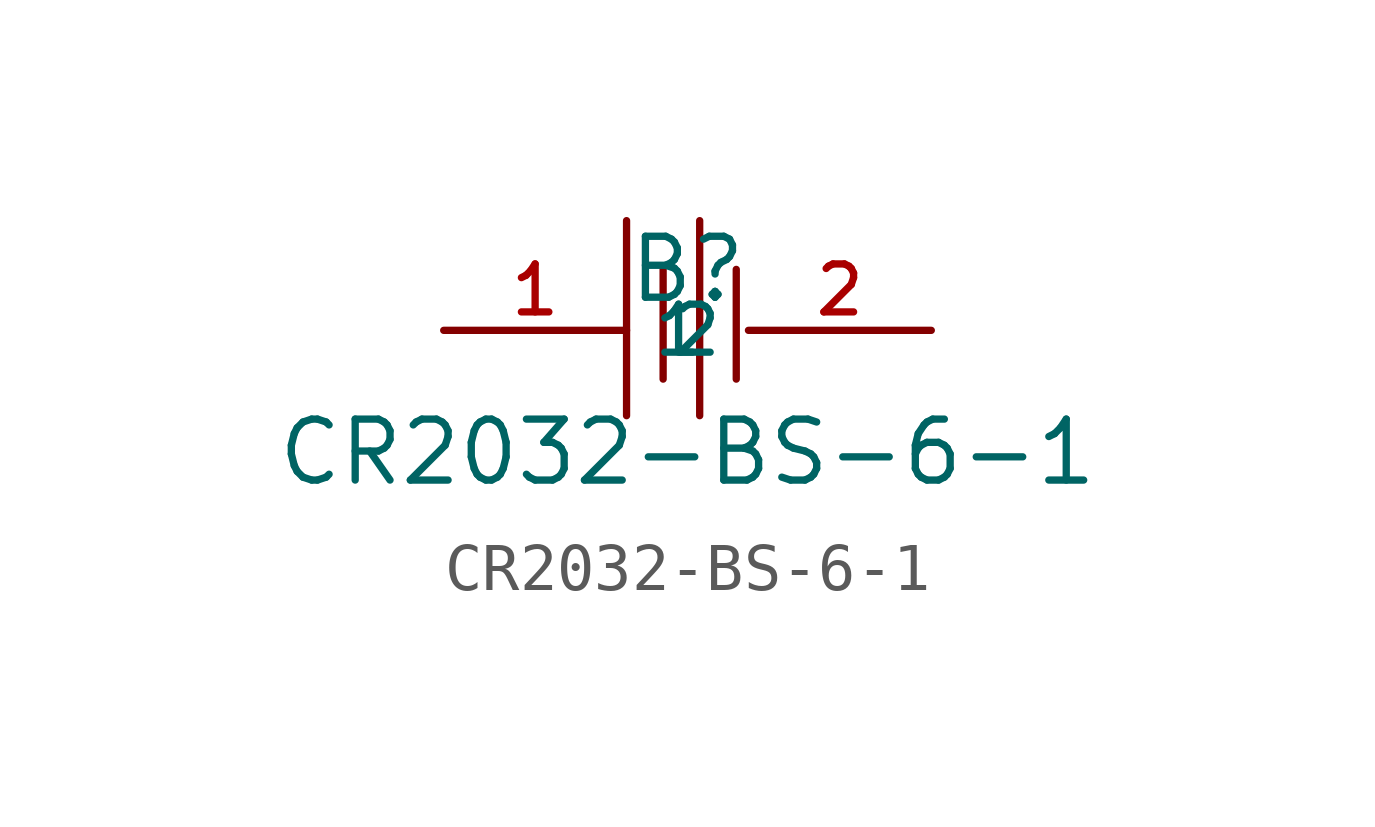
<source format=kicad_sym>
(kicad_symbol_lib
  (version 20210201)
  (generator TousstNicolas/JLC2KiCad_lib)
  (symbol "CR2032-BS-6-1"
    (property "Reference" "B"
      (at 0 1.27 0)
      (effects (font (size 1.27 1.27))))
    (property "Value" "CR2032-BS-6-1"
      (at 0 -2.54 0)
      (effects (font (size 1.27 1.27))))
    (symbol "CR2032-BS-6-1_0_1"
      (polyline (pts (xy -1.27 2.286) (xy -1.27 -1.778)) (stroke (width 0) (type default) (color 0 0 0 0)) (fill (type none)))
      (polyline (pts (xy -0.508 1.27) (xy -0.508 -1.016)) (stroke (width 0) (type default) (color 0 0 0 0)) (fill (type none)))
      (polyline (pts (xy 0.254 2.286) (xy 0.254 -1.778)) (stroke (width 0) (type default) (color 0 0 0 0)) (fill (type none)))
      (polyline (pts (xy 1.016 1.27) (xy 1.016 -1.016)) (stroke (width 0) (type default) (color 0 0 0 0)) (fill (type none)))
      (pin input line (at -5.08 -0.0 0) (length 3.81) (name "1" (effects (font (size 1 1)))) (number "1" (effects (font (size 1 1)))))
      (pin input line (at 5.08 -0.0 180) (length 3.81) (name "2" (effects (font (size 1 1)))) (number "2" (effects (font (size 1 1))))))))
</source>
